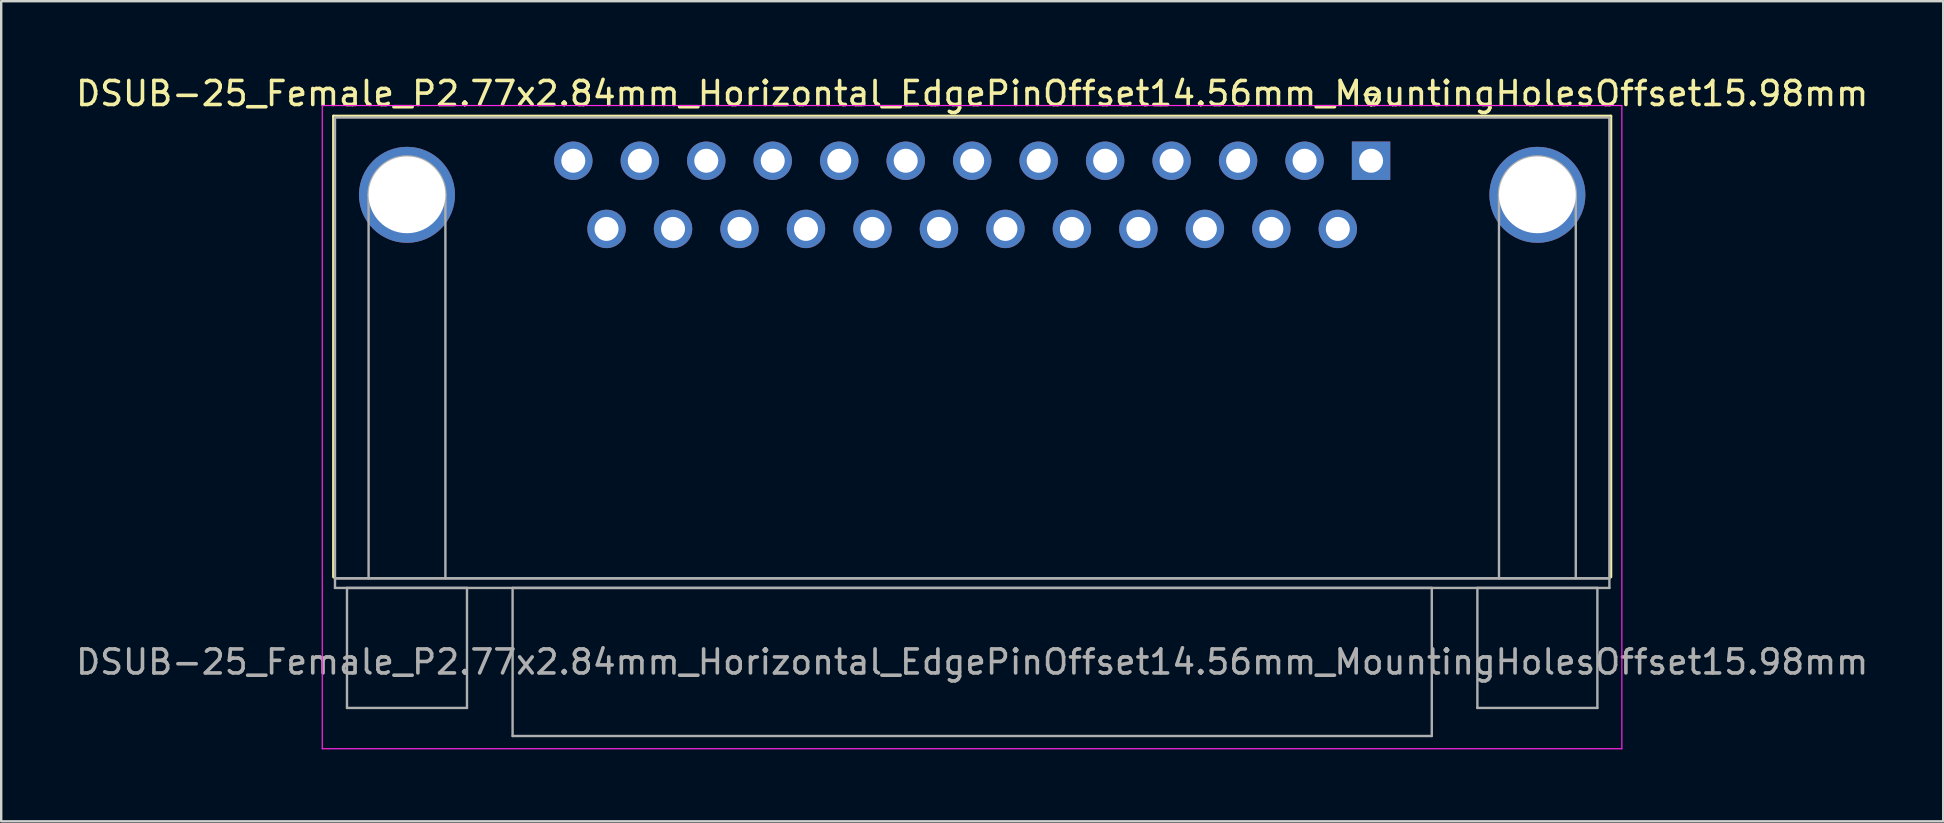
<source format=kicad_pcb>
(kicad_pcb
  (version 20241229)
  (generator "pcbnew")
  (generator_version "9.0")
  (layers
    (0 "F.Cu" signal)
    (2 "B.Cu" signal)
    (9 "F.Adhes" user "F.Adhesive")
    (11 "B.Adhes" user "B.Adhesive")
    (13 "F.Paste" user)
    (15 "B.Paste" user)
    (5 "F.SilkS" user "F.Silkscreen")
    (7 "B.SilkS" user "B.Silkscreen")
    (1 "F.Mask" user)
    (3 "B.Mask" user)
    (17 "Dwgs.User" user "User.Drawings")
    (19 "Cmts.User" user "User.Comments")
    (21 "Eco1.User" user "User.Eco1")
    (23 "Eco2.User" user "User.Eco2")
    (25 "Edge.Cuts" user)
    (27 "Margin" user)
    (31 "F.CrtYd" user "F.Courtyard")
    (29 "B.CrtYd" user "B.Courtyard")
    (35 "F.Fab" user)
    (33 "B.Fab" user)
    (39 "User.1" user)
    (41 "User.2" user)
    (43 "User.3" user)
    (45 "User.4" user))
  (footprint "DSUB-25_Female_P2.77x2.84mm_Horizontal_EdgePinOffset14.56mm_MountingHolesOffset15.98mm"
    (layer "F.Cu")
    (at 54.078 3.648)
    (property "Reference" "DSUB-25_Female_P2.77x2.84mm_Horizontal_EdgePinOffset14.56mm_MountingHolesOffset15.98mm" (at -16.62 -2.8 0) (layer "F.SilkS") (effects (font (size 1 1) (thickness 0.15))))
    (attr through_hole)
    (fp_line (start -43.23 -1.86) (end 9.99 -1.86) (stroke (width 0.12) (type solid)) (layer "F.SilkS"))
    (fp_line (start -43.23 17.34) (end -43.23 -1.86) (stroke (width 0.12) (type solid)) (layer "F.SilkS"))
    (fp_line (start -0.25 -2.754) (end 0.25 -2.754) (stroke (width 0.12) (type solid)) (layer "F.SilkS"))
    (fp_line (start 0 -2.321) (end -0.25 -2.754) (stroke (width 0.12) (type solid)) (layer "F.SilkS"))
    (fp_line (start 0.25 -2.754) (end 0 -2.321) (stroke (width 0.12) (type solid)) (layer "F.SilkS"))
    (fp_line (start 9.99 -1.86) (end 9.99 17.34) (stroke (width 0.12) (type solid)) (layer "F.SilkS"))
    (fp_line (start -43.7 -2.3) (end -43.7 24.5) (stroke (width 0.05) (type solid)) (layer "F.CrtYd"))
    (fp_line (start -43.7 24.5) (end 10.45 24.5) (stroke (width 0.05) (type solid)) (layer "F.CrtYd"))
    (fp_line (start 10.45 -2.3) (end -43.7 -2.3) (stroke (width 0.05) (type solid)) (layer "F.CrtYd"))
    (fp_line (start 10.45 24.5) (end 10.45 -2.3) (stroke (width 0.05) (type solid)) (layer "F.CrtYd"))
    (fp_line (start -43.17 -1.8) (end -43.17 17.4) (stroke (width 0.1) (type solid)) (layer "F.Fab"))
    (fp_line (start -43.17 17.4) (end -43.17 17.8) (stroke (width 0.1) (type solid)) (layer "F.Fab"))
    (fp_line (start -43.17 17.4) (end 9.93 17.4) (stroke (width 0.1) (type solid)) (layer "F.Fab"))
    (fp_line (start -43.17 17.8) (end 9.93 17.8) (stroke (width 0.1) (type solid)) (layer "F.Fab"))
    (fp_line (start -42.67 17.8) (end -42.67 22.8) (stroke (width 0.1) (type solid)) (layer "F.Fab"))
    (fp_line (start -42.67 22.8) (end -37.67 22.8) (stroke (width 0.1) (type solid)) (layer "F.Fab"))
    (fp_line (start -41.77 17.4) (end -41.77 1.42) (stroke (width 0.1) (type solid)) (layer "F.Fab"))
    (fp_line (start -38.57 17.4) (end -38.57 1.42) (stroke (width 0.1) (type solid)) (layer "F.Fab"))
    (fp_line (start -37.67 17.8) (end -42.67 17.8) (stroke (width 0.1) (type solid)) (layer "F.Fab"))
    (fp_line (start -37.67 22.8) (end -37.67 17.8) (stroke (width 0.1) (type solid)) (layer "F.Fab"))
    (fp_line (start -35.77 17.8) (end -35.77 23.97) (stroke (width 0.1) (type solid)) (layer "F.Fab"))
    (fp_line (start -35.77 23.97) (end 2.53 23.97) (stroke (width 0.1) (type solid)) (layer "F.Fab"))
    (fp_line (start 2.53 17.8) (end -35.77 17.8) (stroke (width 0.1) (type solid)) (layer "F.Fab"))
    (fp_line (start 2.53 23.97) (end 2.53 17.8) (stroke (width 0.1) (type solid)) (layer "F.Fab"))
    (fp_line (start 4.43 17.8) (end 4.43 22.8) (stroke (width 0.1) (type solid)) (layer "F.Fab"))
    (fp_line (start 4.43 22.8) (end 9.43 22.8) (stroke (width 0.1) (type solid)) (layer "F.Fab"))
    (fp_line (start 5.33 17.4) (end 5.33 1.42) (stroke (width 0.1) (type solid)) (layer "F.Fab"))
    (fp_line (start 8.53 17.4) (end 8.53 1.42) (stroke (width 0.1) (type solid)) (layer "F.Fab"))
    (fp_line (start 9.43 17.8) (end 4.43 17.8) (stroke (width 0.1) (type solid)) (layer "F.Fab"))
    (fp_line (start 9.43 22.8) (end 9.43 17.8) (stroke (width 0.1) (type solid)) (layer "F.Fab"))
    (fp_line (start 9.93 -1.8) (end -43.17 -1.8) (stroke (width 0.1) (type solid)) (layer "F.Fab"))
    (fp_line (start 9.93 17.4) (end -43.17 17.4) (stroke (width 0.1) (type solid)) (layer "F.Fab"))
    (fp_line (start 9.93 17.4) (end 9.93 -1.8) (stroke (width 0.1) (type solid)) (layer "F.Fab"))
    (fp_line (start 9.93 17.8) (end 9.93 17.4) (stroke (width 0.1) (type solid)) (layer "F.Fab"))
    (fp_arc (start -41.77 1.42) (mid -40.17 -0.18) (end -38.57 1.42) (stroke (width 0.1) (type solid)) (layer "F.Fab"))
    (fp_arc (start 5.33 1.42) (mid 6.93 -0.18) (end 8.53 1.42) (stroke (width 0.1) (type solid)) (layer "F.Fab"))
    (fp_text user "${REFERENCE}" (at -16.62 20.885 0) (layer "F.Fab") (effects (font (size 1 1) (thickness 0.15))))
    (pad "0" thru_hole circle (at -40.17 1.42) (size 4 4) (drill 3.2) (layers "*.Cu" "*.Mask"))
    (pad "0" thru_hole circle (at 6.93 1.42) (size 4 4) (drill 3.2) (layers "*.Cu" "*.Mask"))
    (pad "1" thru_hole rect (at 0 0) (size 1.6 1.6) (drill 1) (layers "*.Cu" "*.Mask"))
    (pad "2" thru_hole circle (at -2.77 0) (size 1.6 1.6) (drill 1) (layers "*.Cu" "*.Mask"))
    (pad "3" thru_hole circle (at -5.54 0) (size 1.6 1.6) (drill 1) (layers "*.Cu" "*.Mask"))
    (pad "4" thru_hole circle (at -8.31 0) (size 1.6 1.6) (drill 1) (layers "*.Cu" "*.Mask"))
    (pad "5" thru_hole circle (at -11.08 0) (size 1.6 1.6) (drill 1) (layers "*.Cu" "*.Mask"))
    (pad "6" thru_hole circle (at -13.85 0) (size 1.6 1.6) (drill 1) (layers "*.Cu" "*.Mask"))
    (pad "7" thru_hole circle (at -16.62 0) (size 1.6 1.6) (drill 1) (layers "*.Cu" "*.Mask"))
    (pad "8" thru_hole circle (at -19.39 0) (size 1.6 1.6) (drill 1) (layers "*.Cu" "*.Mask"))
    (pad "9" thru_hole circle (at -22.16 0) (size 1.6 1.6) (drill 1) (layers "*.Cu" "*.Mask"))
    (pad "10" thru_hole circle (at -24.93 0) (size 1.6 1.6) (drill 1) (layers "*.Cu" "*.Mask"))
    (pad "11" thru_hole circle (at -27.7 0) (size 1.6 1.6) (drill 1) (layers "*.Cu" "*.Mask"))
    (pad "12" thru_hole circle (at -30.47 0) (size 1.6 1.6) (drill 1) (layers "*.Cu" "*.Mask"))
    (pad "13" thru_hole circle (at -33.24 0) (size 1.6 1.6) (drill 1) (layers "*.Cu" "*.Mask"))
    (pad "14" thru_hole circle (at -1.385 2.84) (size 1.6 1.6) (drill 1) (layers "*.Cu" "*.Mask"))
    (pad "15" thru_hole circle (at -4.155 2.84) (size 1.6 1.6) (drill 1) (layers "*.Cu" "*.Mask"))
    (pad "16" thru_hole circle (at -6.925 2.84) (size 1.6 1.6) (drill 1) (layers "*.Cu" "*.Mask"))
    (pad "17" thru_hole circle (at -9.695 2.84) (size 1.6 1.6) (drill 1) (layers "*.Cu" "*.Mask"))
    (pad "18" thru_hole circle (at -12.465 2.84) (size 1.6 1.6) (drill 1) (layers "*.Cu" "*.Mask"))
    (pad "19" thru_hole circle (at -15.235 2.84) (size 1.6 1.6) (drill 1) (layers "*.Cu" "*.Mask"))
    (pad "20" thru_hole circle (at -18.005 2.84) (size 1.6 1.6) (drill 1) (layers "*.Cu" "*.Mask"))
    (pad "21" thru_hole circle (at -20.775 2.84) (size 1.6 1.6) (drill 1) (layers "*.Cu" "*.Mask"))
    (pad "22" thru_hole circle (at -23.545 2.84) (size 1.6 1.6) (drill 1) (layers "*.Cu" "*.Mask"))
    (pad "23" thru_hole circle (at -26.315 2.84) (size 1.6 1.6) (drill 1) (layers "*.Cu" "*.Mask"))
    (pad "24" thru_hole circle (at -29.085 2.84) (size 1.6 1.6) (drill 1) (layers "*.Cu" "*.Mask"))
    (pad "25" thru_hole circle (at -31.855 2.84) (size 1.6 1.6) (drill 1) (layers "*.Cu" "*.Mask")))
  (gr_rect
    (start -3 -3)
    (end 77.917 31.173)
    (stroke (width 0.1) (type default))
    (fill no)
    (layer "Edge.Cuts")))
</source>
